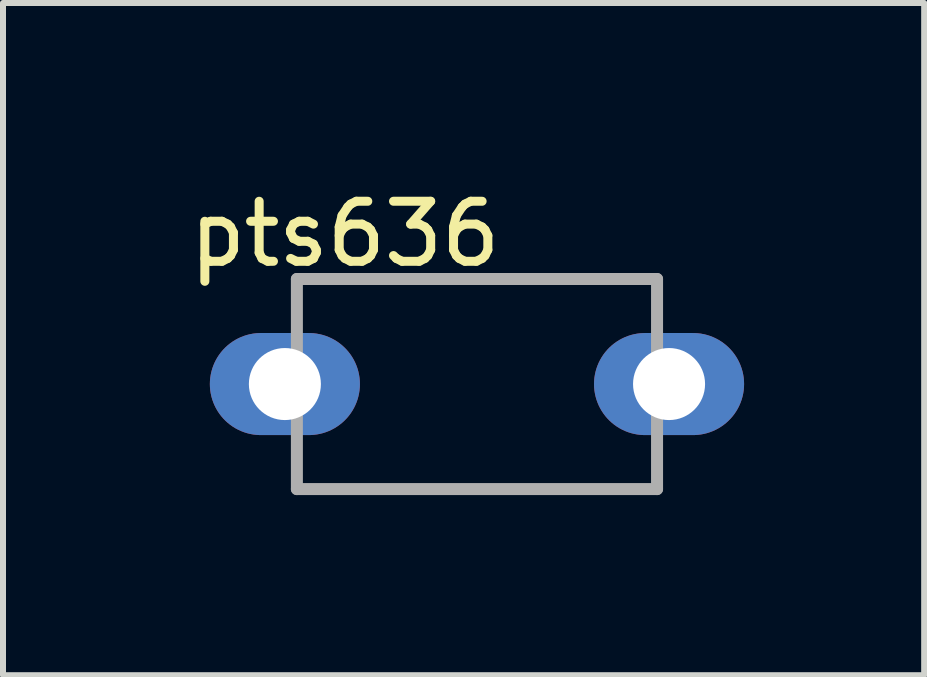
<source format=kicad_pcb>
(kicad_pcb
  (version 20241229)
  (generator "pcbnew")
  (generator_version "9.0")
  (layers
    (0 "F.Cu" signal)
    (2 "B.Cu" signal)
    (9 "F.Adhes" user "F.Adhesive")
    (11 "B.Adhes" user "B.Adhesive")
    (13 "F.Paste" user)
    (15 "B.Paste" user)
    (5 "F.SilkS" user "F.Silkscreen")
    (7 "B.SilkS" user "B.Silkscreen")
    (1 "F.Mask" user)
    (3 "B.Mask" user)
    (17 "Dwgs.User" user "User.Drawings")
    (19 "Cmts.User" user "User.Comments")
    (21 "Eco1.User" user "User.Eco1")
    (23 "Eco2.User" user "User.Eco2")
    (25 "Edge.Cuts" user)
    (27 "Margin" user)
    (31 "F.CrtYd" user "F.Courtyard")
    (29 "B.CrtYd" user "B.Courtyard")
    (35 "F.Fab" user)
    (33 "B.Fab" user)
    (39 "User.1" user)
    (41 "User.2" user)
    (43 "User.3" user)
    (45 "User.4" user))
  (footprint "pts636"
    (layer "F.Cu")
    (at 1.696 3.348)
    (property "Reference" "pts636" (at 1 -2.5 0) (layer "F.SilkS") (effects (font (size 1 1) (thickness 0.15))))
    (attr through_hole)
    (fp_line (start 0.2 -1.75) (end 6.2 -1.75) (stroke (width 0.1) (type solid)) (layer "F.SilkS"))
    (fp_line (start 0.2 1.75) (end 6.2 1.75) (stroke (width 0.1) (type solid)) (layer "F.SilkS"))
    (fp_line (start 0.2 -1.75) (end 6.2 -1.75) (stroke (width 0.2) (type solid)) (layer "F.Fab"))
    (fp_line (start 0.2 1.75) (end 0.2 -1.75) (stroke (width 0.2) (type solid)) (layer "F.Fab"))
    (fp_line (start 6.2 -1.75) (end 6.2 1.75) (stroke (width 0.2) (type solid)) (layer "F.Fab"))
    (fp_line (start 6.2 1.75) (end 0.2 1.75) (stroke (width 0.2) (type solid)) (layer "F.Fab"))
    (pad "1" thru_hole oval (at 0 0) (size 2.5 1.7) (drill 1.2) (layers "*.Cu" "*.Mask"))
    (pad "2" thru_hole oval (at 6.4 0) (size 2.5 1.7) (drill 1.2) (layers "*.Cu" "*.Mask")))
  (gr_rect
    (start -3 -3)
    (end 12.346 8.198)
    (stroke (width 0.1) (type default))
    (fill no)
    (layer "Edge.Cuts")))
</source>
